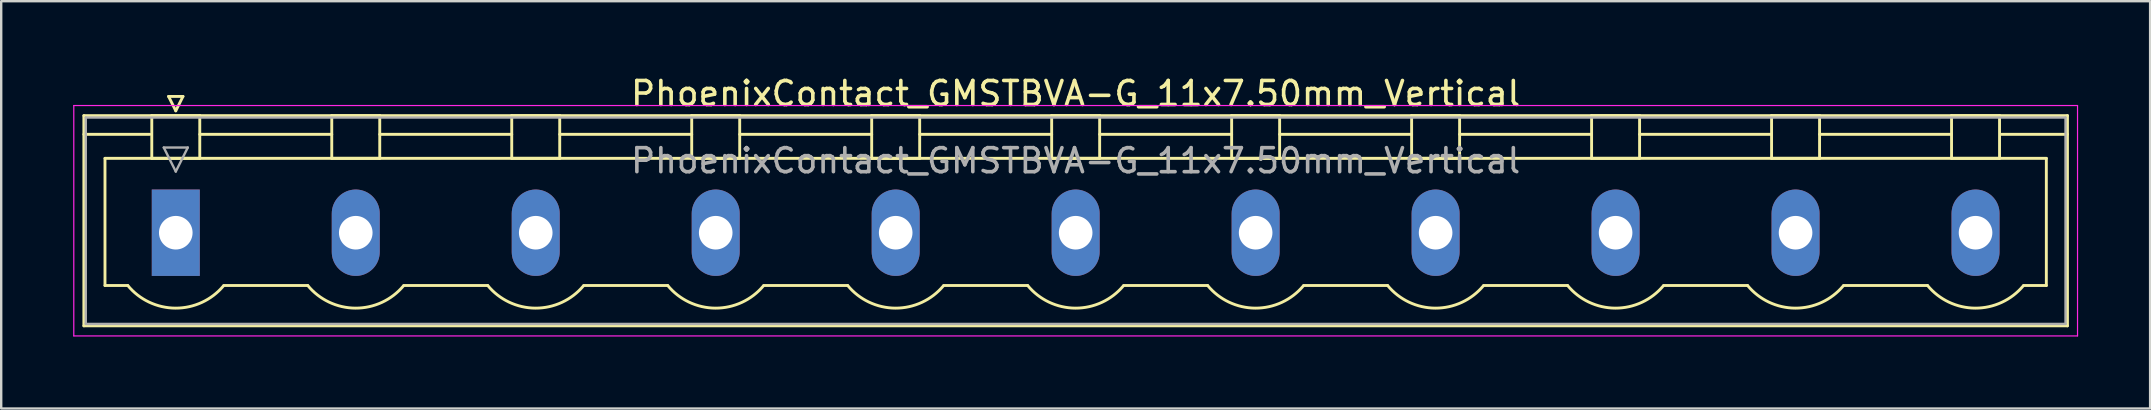
<source format=kicad_pcb>
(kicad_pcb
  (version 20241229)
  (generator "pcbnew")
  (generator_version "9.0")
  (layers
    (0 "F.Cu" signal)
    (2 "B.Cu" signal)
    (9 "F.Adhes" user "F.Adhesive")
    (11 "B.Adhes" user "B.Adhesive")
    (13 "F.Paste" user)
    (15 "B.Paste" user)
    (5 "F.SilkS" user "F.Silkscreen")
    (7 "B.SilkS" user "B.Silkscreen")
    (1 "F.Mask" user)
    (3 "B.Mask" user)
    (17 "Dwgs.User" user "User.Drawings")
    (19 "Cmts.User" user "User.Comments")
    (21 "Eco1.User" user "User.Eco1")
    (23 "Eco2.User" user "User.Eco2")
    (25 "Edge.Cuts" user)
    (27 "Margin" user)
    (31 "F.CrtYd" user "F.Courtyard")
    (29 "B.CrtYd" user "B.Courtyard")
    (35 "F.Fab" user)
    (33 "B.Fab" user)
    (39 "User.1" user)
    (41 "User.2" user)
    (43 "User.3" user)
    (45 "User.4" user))
  (footprint "PhoenixContact_GMSTBVA-G_11x7.50mm_Vertical"
    (layer "F.Cu")
    (at 4.275 6.648)
    (property "Reference" "PhoenixContact_GMSTBVA-G_11x7.50mm_Vertical" (at 37.5 -5.8 0) (layer "F.SilkS") (effects (font (size 1 1) (thickness 0.15))))
    (attr through_hole)
    (fp_line (start -3.83 -4.88) (end -3.83 3.88) (stroke (width 0.12) (type solid)) (layer "F.SilkS"))
    (fp_line (start -3.83 -4.1) (end -1.08 -4.1) (stroke (width 0.12) (type solid)) (layer "F.SilkS"))
    (fp_line (start -3.83 3.88) (end 78.83 3.88) (stroke (width 0.12) (type solid)) (layer "F.SilkS"))
    (fp_line (start -2.95 -3.1) (end 77.95 -3.1) (stroke (width 0.12) (type solid)) (layer "F.SilkS"))
    (fp_line (start -2.95 2.2) (end -2.95 -3.1) (stroke (width 0.12) (type solid)) (layer "F.SilkS"))
    (fp_line (start -2 2.2) (end -2.95 2.2) (stroke (width 0.12) (type solid)) (layer "F.SilkS"))
    (fp_line (start -1 -4.88) (end 1 -4.88) (stroke (width 0.12) (type solid)) (layer "F.SilkS"))
    (fp_line (start -1 -3.1) (end -1 -4.88) (stroke (width 0.12) (type solid)) (layer "F.SilkS"))
    (fp_line (start -0.3 -5.68) (end 0.3 -5.68) (stroke (width 0.12) (type solid)) (layer "F.SilkS"))
    (fp_line (start 0 -5.08) (end -0.3 -5.68) (stroke (width 0.12) (type solid)) (layer "F.SilkS"))
    (fp_line (start 0.3 -5.68) (end 0 -5.08) (stroke (width 0.12) (type solid)) (layer "F.SilkS"))
    (fp_line (start 1 -4.88) (end 1 -3.1) (stroke (width 0.12) (type solid)) (layer "F.SilkS"))
    (fp_line (start 1 -4.1) (end 6.5 -4.1) (stroke (width 0.12) (type solid)) (layer "F.SilkS"))
    (fp_line (start 1 -3.1) (end -1 -3.1) (stroke (width 0.12) (type solid)) (layer "F.SilkS"))
    (fp_line (start 2 2.2) (end 5.5 2.2) (stroke (width 0.12) (type solid)) (layer "F.SilkS"))
    (fp_line (start 6.5 -4.88) (end 8.5 -4.88) (stroke (width 0.12) (type solid)) (layer "F.SilkS"))
    (fp_line (start 6.5 -3.1) (end 6.5 -4.88) (stroke (width 0.12) (type solid)) (layer "F.SilkS"))
    (fp_line (start 8.5 -4.88) (end 8.5 -3.1) (stroke (width 0.12) (type solid)) (layer "F.SilkS"))
    (fp_line (start 8.5 -4.1) (end 14 -4.1) (stroke (width 0.12) (type solid)) (layer "F.SilkS"))
    (fp_line (start 8.5 -3.1) (end 6.5 -3.1) (stroke (width 0.12) (type solid)) (layer "F.SilkS"))
    (fp_line (start 9.5 2.2) (end 13 2.2) (stroke (width 0.12) (type solid)) (layer "F.SilkS"))
    (fp_line (start 14 -4.88) (end 16 -4.88) (stroke (width 0.12) (type solid)) (layer "F.SilkS"))
    (fp_line (start 14 -3.1) (end 14 -4.88) (stroke (width 0.12) (type solid)) (layer "F.SilkS"))
    (fp_line (start 16 -4.88) (end 16 -3.1) (stroke (width 0.12) (type solid)) (layer "F.SilkS"))
    (fp_line (start 16 -4.1) (end 21.5 -4.1) (stroke (width 0.12) (type solid)) (layer "F.SilkS"))
    (fp_line (start 16 -3.1) (end 14 -3.1) (stroke (width 0.12) (type solid)) (layer "F.SilkS"))
    (fp_line (start 17 2.2) (end 20.5 2.2) (stroke (width 0.12) (type solid)) (layer "F.SilkS"))
    (fp_line (start 21.5 -4.88) (end 23.5 -4.88) (stroke (width 0.12) (type solid)) (layer "F.SilkS"))
    (fp_line (start 21.5 -3.1) (end 21.5 -4.88) (stroke (width 0.12) (type solid)) (layer "F.SilkS"))
    (fp_line (start 23.5 -4.88) (end 23.5 -3.1) (stroke (width 0.12) (type solid)) (layer "F.SilkS"))
    (fp_line (start 23.5 -4.1) (end 29 -4.1) (stroke (width 0.12) (type solid)) (layer "F.SilkS"))
    (fp_line (start 23.5 -3.1) (end 21.5 -3.1) (stroke (width 0.12) (type solid)) (layer "F.SilkS"))
    (fp_line (start 24.5 2.2) (end 28 2.2) (stroke (width 0.12) (type solid)) (layer "F.SilkS"))
    (fp_line (start 29 -4.88) (end 31 -4.88) (stroke (width 0.12) (type solid)) (layer "F.SilkS"))
    (fp_line (start 29 -3.1) (end 29 -4.88) (stroke (width 0.12) (type solid)) (layer "F.SilkS"))
    (fp_line (start 31 -4.88) (end 31 -3.1) (stroke (width 0.12) (type solid)) (layer "F.SilkS"))
    (fp_line (start 31 -4.1) (end 36.5 -4.1) (stroke (width 0.12) (type solid)) (layer "F.SilkS"))
    (fp_line (start 31 -3.1) (end 29 -3.1) (stroke (width 0.12) (type solid)) (layer "F.SilkS"))
    (fp_line (start 32 2.2) (end 35.5 2.2) (stroke (width 0.12) (type solid)) (layer "F.SilkS"))
    (fp_line (start 36.5 -4.88) (end 38.5 -4.88) (stroke (width 0.12) (type solid)) (layer "F.SilkS"))
    (fp_line (start 36.5 -3.1) (end 36.5 -4.88) (stroke (width 0.12) (type solid)) (layer "F.SilkS"))
    (fp_line (start 38.5 -4.88) (end 38.5 -3.1) (stroke (width 0.12) (type solid)) (layer "F.SilkS"))
    (fp_line (start 38.5 -4.1) (end 44 -4.1) (stroke (width 0.12) (type solid)) (layer "F.SilkS"))
    (fp_line (start 38.5 -3.1) (end 36.5 -3.1) (stroke (width 0.12) (type solid)) (layer "F.SilkS"))
    (fp_line (start 39.5 2.2) (end 43 2.2) (stroke (width 0.12) (type solid)) (layer "F.SilkS"))
    (fp_line (start 44 -4.88) (end 46 -4.88) (stroke (width 0.12) (type solid)) (layer "F.SilkS"))
    (fp_line (start 44 -3.1) (end 44 -4.88) (stroke (width 0.12) (type solid)) (layer "F.SilkS"))
    (fp_line (start 46 -4.88) (end 46 -3.1) (stroke (width 0.12) (type solid)) (layer "F.SilkS"))
    (fp_line (start 46 -4.1) (end 51.5 -4.1) (stroke (width 0.12) (type solid)) (layer "F.SilkS"))
    (fp_line (start 46 -3.1) (end 44 -3.1) (stroke (width 0.12) (type solid)) (layer "F.SilkS"))
    (fp_line (start 47 2.2) (end 50.5 2.2) (stroke (width 0.12) (type solid)) (layer "F.SilkS"))
    (fp_line (start 51.5 -4.88) (end 53.5 -4.88) (stroke (width 0.12) (type solid)) (layer "F.SilkS"))
    (fp_line (start 51.5 -3.1) (end 51.5 -4.88) (stroke (width 0.12) (type solid)) (layer "F.SilkS"))
    (fp_line (start 53.5 -4.88) (end 53.5 -3.1) (stroke (width 0.12) (type solid)) (layer "F.SilkS"))
    (fp_line (start 53.5 -4.1) (end 59 -4.1) (stroke (width 0.12) (type solid)) (layer "F.SilkS"))
    (fp_line (start 53.5 -3.1) (end 51.5 -3.1) (stroke (width 0.12) (type solid)) (layer "F.SilkS"))
    (fp_line (start 54.5 2.2) (end 58 2.2) (stroke (width 0.12) (type solid)) (layer "F.SilkS"))
    (fp_line (start 59 -4.88) (end 61 -4.88) (stroke (width 0.12) (type solid)) (layer "F.SilkS"))
    (fp_line (start 59 -3.1) (end 59 -4.88) (stroke (width 0.12) (type solid)) (layer "F.SilkS"))
    (fp_line (start 61 -4.88) (end 61 -3.1) (stroke (width 0.12) (type solid)) (layer "F.SilkS"))
    (fp_line (start 61 -4.1) (end 66.5 -4.1) (stroke (width 0.12) (type solid)) (layer "F.SilkS"))
    (fp_line (start 61 -3.1) (end 59 -3.1) (stroke (width 0.12) (type solid)) (layer "F.SilkS"))
    (fp_line (start 62 2.2) (end 65.5 2.2) (stroke (width 0.12) (type solid)) (layer "F.SilkS"))
    (fp_line (start 66.5 -4.88) (end 68.5 -4.88) (stroke (width 0.12) (type solid)) (layer "F.SilkS"))
    (fp_line (start 66.5 -3.1) (end 66.5 -4.88) (stroke (width 0.12) (type solid)) (layer "F.SilkS"))
    (fp_line (start 68.5 -4.88) (end 68.5 -3.1) (stroke (width 0.12) (type solid)) (layer "F.SilkS"))
    (fp_line (start 68.5 -4.1) (end 74 -4.1) (stroke (width 0.12) (type solid)) (layer "F.SilkS"))
    (fp_line (start 68.5 -3.1) (end 66.5 -3.1) (stroke (width 0.12) (type solid)) (layer "F.SilkS"))
    (fp_line (start 69.5 2.2) (end 73 2.2) (stroke (width 0.12) (type solid)) (layer "F.SilkS"))
    (fp_line (start 74 -4.88) (end 76 -4.88) (stroke (width 0.12) (type solid)) (layer "F.SilkS"))
    (fp_line (start 74 -3.1) (end 74 -4.88) (stroke (width 0.12) (type solid)) (layer "F.SilkS"))
    (fp_line (start 76 -4.88) (end 76 -3.1) (stroke (width 0.12) (type solid)) (layer "F.SilkS"))
    (fp_line (start 76 -3.1) (end 74 -3.1) (stroke (width 0.12) (type solid)) (layer "F.SilkS"))
    (fp_line (start 77.95 -3.1) (end 77.95 2.2) (stroke (width 0.12) (type solid)) (layer "F.SilkS"))
    (fp_line (start 77.95 2.2) (end 77 2.2) (stroke (width 0.12) (type solid)) (layer "F.SilkS"))
    (fp_line (start 78.83 -4.88) (end -3.83 -4.88) (stroke (width 0.12) (type solid)) (layer "F.SilkS"))
    (fp_line (start 78.83 -4.1) (end 76.08 -4.1) (stroke (width 0.12) (type solid)) (layer "F.SilkS"))
    (fp_line (start 78.83 3.88) (end 78.83 -4.88) (stroke (width 0.12) (type solid)) (layer "F.SilkS"))
    (fp_arc (start 1.986842 2.215821) (mid -0.010289 3.142758) (end -2 2.2) (stroke (width 0.12) (type solid)) (layer "F.SilkS"))
    (fp_arc (start 9.486842 2.215821) (mid 7.489711 3.142758) (end 5.5 2.2) (stroke (width 0.12) (type solid)) (layer "F.SilkS"))
    (fp_arc (start 16.986842 2.215821) (mid 14.989711 3.142758) (end 13 2.2) (stroke (width 0.12) (type solid)) (layer "F.SilkS"))
    (fp_arc (start 24.486842 2.215821) (mid 22.489711 3.142758) (end 20.5 2.2) (stroke (width 0.12) (type solid)) (layer "F.SilkS"))
    (fp_arc (start 31.986842 2.215821) (mid 29.989711 3.142758) (end 28 2.2) (stroke (width 0.12) (type solid)) (layer "F.SilkS"))
    (fp_arc (start 39.486842 2.215821) (mid 37.489711 3.142758) (end 35.5 2.2) (stroke (width 0.12) (type solid)) (layer "F.SilkS"))
    (fp_arc (start 46.986842 2.215821) (mid 44.989711 3.142758) (end 43 2.2) (stroke (width 0.12) (type solid)) (layer "F.SilkS"))
    (fp_arc (start 54.486842 2.215821) (mid 52.489711 3.142758) (end 50.5 2.2) (stroke (width 0.12) (type solid)) (layer "F.SilkS"))
    (fp_arc (start 61.986842 2.215821) (mid 59.989711 3.142758) (end 58 2.2) (stroke (width 0.12) (type solid)) (layer "F.SilkS"))
    (fp_arc (start 69.486842 2.215821) (mid 67.489711 3.142758) (end 65.5 2.2) (stroke (width 0.12) (type solid)) (layer "F.SilkS"))
    (fp_arc (start 76.986842 2.215821) (mid 74.989711 3.142758) (end 73 2.2) (stroke (width 0.12) (type solid)) (layer "F.SilkS"))
    (fp_line (start -4.25 -5.3) (end -4.25 4.3) (stroke (width 0.05) (type solid)) (layer "F.CrtYd"))
    (fp_line (start -4.25 4.3) (end 79.25 4.3) (stroke (width 0.05) (type solid)) (layer "F.CrtYd"))
    (fp_line (start 79.25 -5.3) (end -4.25 -5.3) (stroke (width 0.05) (type solid)) (layer "F.CrtYd"))
    (fp_line (start 79.25 4.3) (end 79.25 -5.3) (stroke (width 0.05) (type solid)) (layer "F.CrtYd"))
    (fp_line (start -3.75 -4.8) (end -3.75 3.8) (stroke (width 0.1) (type solid)) (layer "F.Fab"))
    (fp_line (start -3.75 3.8) (end 78.75 3.8) (stroke (width 0.1) (type solid)) (layer "F.Fab"))
    (fp_line (start -0.5 -3.55) (end 0.5 -3.55) (stroke (width 0.1) (type solid)) (layer "F.Fab"))
    (fp_line (start 0 -2.55) (end -0.5 -3.55) (stroke (width 0.1) (type solid)) (layer "F.Fab"))
    (fp_line (start 0.5 -3.55) (end 0 -2.55) (stroke (width 0.1) (type solid)) (layer "F.Fab"))
    (fp_line (start 78.75 -4.8) (end -3.75 -4.8) (stroke (width 0.1) (type solid)) (layer "F.Fab"))
    (fp_line (start 78.75 3.8) (end 78.75 -4.8) (stroke (width 0.1) (type solid)) (layer "F.Fab"))
    (fp_text user "${REFERENCE}" (at 37.5 -3 0) (layer "F.Fab") (effects (font (size 1 1) (thickness 0.15))))
    (pad "1" thru_hole rect (at 0 0) (size 2 3.6) (drill 1.4) (layers "*.Cu" "*.Mask"))
    (pad "2" thru_hole oval (at 7.5 0) (size 2 3.6) (drill 1.4) (layers "*.Cu" "*.Mask"))
    (pad "3" thru_hole oval (at 15 0) (size 2 3.6) (drill 1.4) (layers "*.Cu" "*.Mask"))
    (pad "4" thru_hole oval (at 22.5 0) (size 2 3.6) (drill 1.4) (layers "*.Cu" "*.Mask"))
    (pad "5" thru_hole oval (at 30 0) (size 2 3.6) (drill 1.4) (layers "*.Cu" "*.Mask"))
    (pad "6" thru_hole oval (at 37.5 0) (size 2 3.6) (drill 1.4) (layers "*.Cu" "*.Mask"))
    (pad "7" thru_hole oval (at 45 0) (size 2 3.6) (drill 1.4) (layers "*.Cu" "*.Mask"))
    (pad "8" thru_hole oval (at 52.5 0) (size 2 3.6) (drill 1.4) (layers "*.Cu" "*.Mask"))
    (pad "9" thru_hole oval (at 60 0) (size 2 3.6) (drill 1.4) (layers "*.Cu" "*.Mask"))
    (pad "10" thru_hole oval (at 67.5 0) (size 2 3.6) (drill 1.4) (layers "*.Cu" "*.Mask"))
    (pad "11" thru_hole oval (at 75 0) (size 2 3.6) (drill 1.4) (layers "*.Cu" "*.Mask")))
  (gr_rect
    (start -3 -3)
    (end 86.55 13.973)
    (stroke (width 0.1) (type default))
    (fill no)
    (layer "Edge.Cuts")))
</source>
